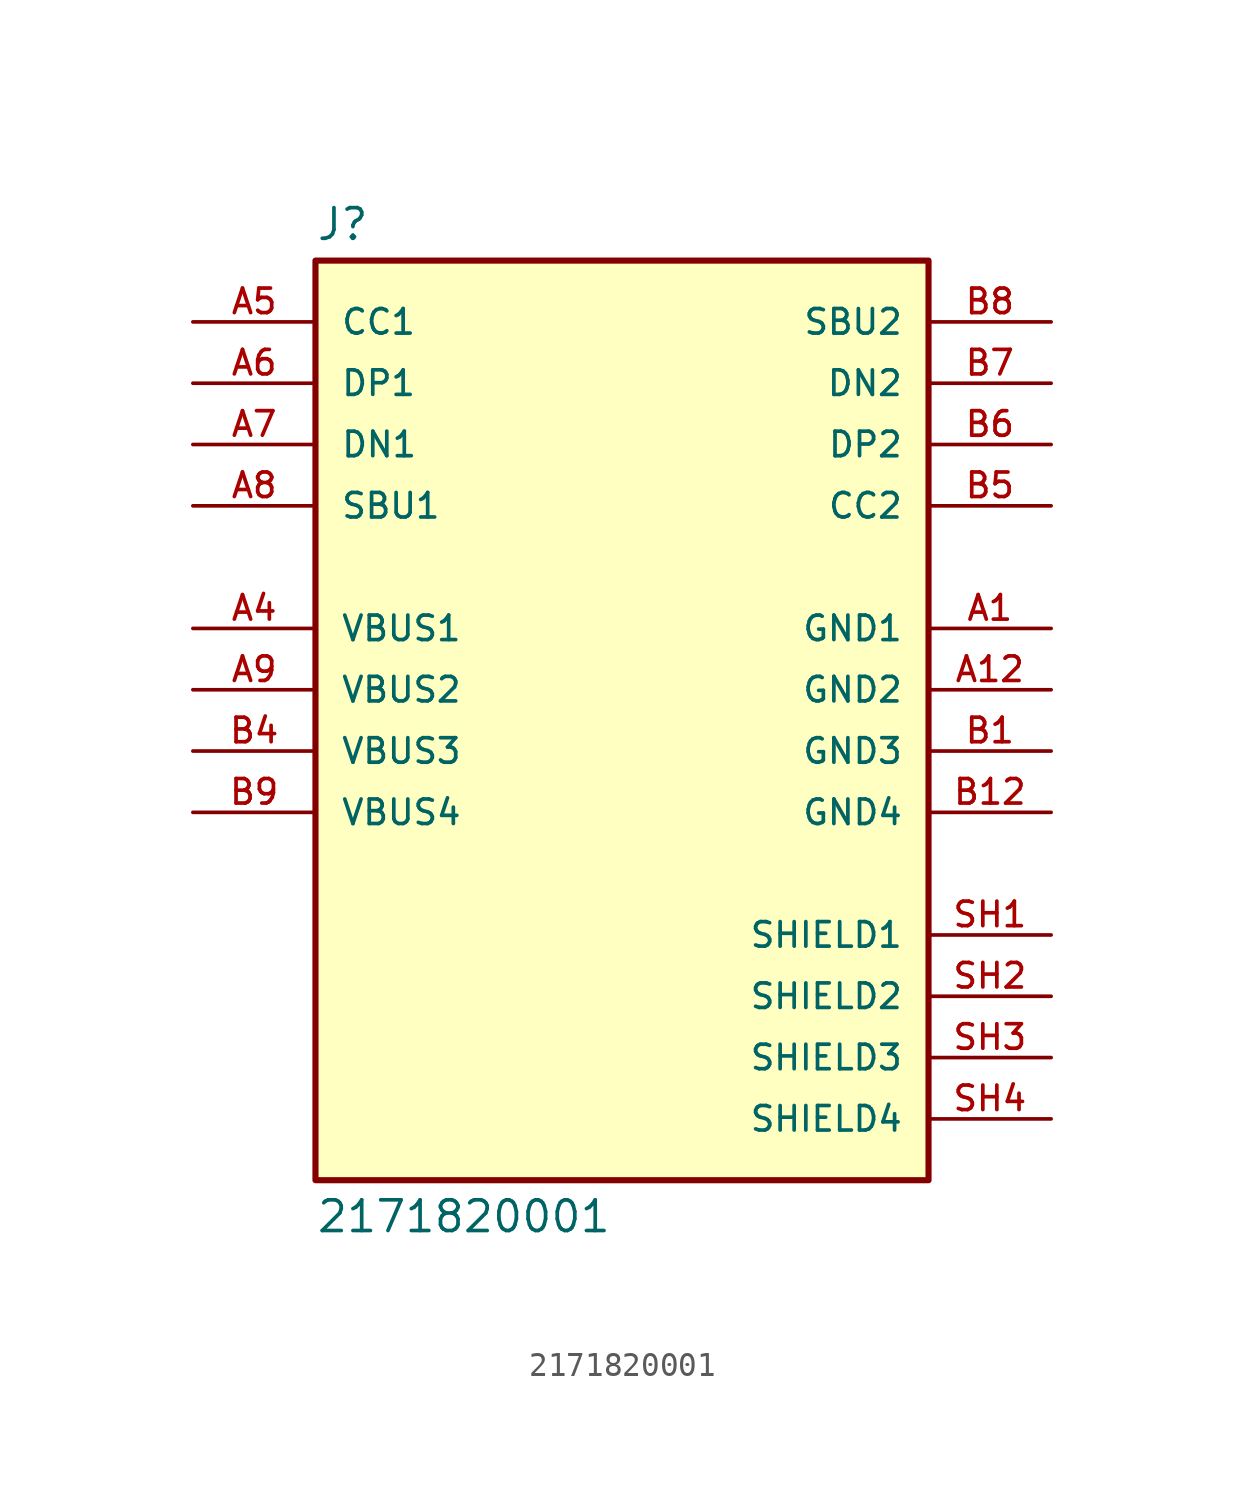
<source format=kicad_sym>
(kicad_symbol_lib
  (version 20241209)
  (generator "kicad_symbol_editor")
  (generator_version "9.0")
  (symbol "2171820001"
    (pin_names
      (offset 1.016))
    (property "Reference" "J"
      (at -12.7 18.542 0)
      (effects (font (size 1.27 1.27)) (justify left bottom)))
    (property "Value" "2171820001"
      (at -12.7 -21.082 0)
      (effects (font (size 1.27 1.27)) (justify left top)))
    (symbol "2171820001_0_0"
      (rectangle (start -12.7 -20.32) (end 12.7 17.78) (stroke (width 0.254) (type default)) (fill (type background)))
      (pin bidirectional line (at -17.78 15.24 0) (length 5.08) (name "CC1" (effects (font (size 1.016 1.016)))) (number "A5" (effects (font (size 1.016 1.016)))))
      (pin bidirectional line (at -17.78 12.7 0) (length 5.08) (name "DP1" (effects (font (size 1.016 1.016)))) (number "A6" (effects (font (size 1.016 1.016)))))
      (pin bidirectional line (at -17.78 10.16 0) (length 5.08) (name "DN1" (effects (font (size 1.016 1.016)))) (number "A7" (effects (font (size 1.016 1.016)))))
      (pin bidirectional line (at -17.78 7.62 0) (length 5.08) (name "SBU1" (effects (font (size 1.016 1.016)))) (number "A8" (effects (font (size 1.016 1.016)))))
      (pin power_in line (at -17.78 2.54 0) (length 5.08) (name "VBUS1" (effects (font (size 1.016 1.016)))) (number "A4" (effects (font (size 1.016 1.016)))))
      (pin power_in line (at -17.78 0 0) (length 5.08) (name "VBUS2" (effects (font (size 1.016 1.016)))) (number "A9" (effects (font (size 1.016 1.016)))))
      (pin power_in line (at -17.78 -2.54 0) (length 5.08) (name "VBUS3" (effects (font (size 1.016 1.016)))) (number "B4" (effects (font (size 1.016 1.016)))))
      (pin power_in line (at -17.78 -5.08 0) (length 5.08) (name "VBUS4" (effects (font (size 1.016 1.016)))) (number "B9" (effects (font (size 1.016 1.016)))))
      (pin bidirectional line (at 17.78 15.24 180) (length 5.08) (name "SBU2" (effects (font (size 1.016 1.016)))) (number "B8" (effects (font (size 1.016 1.016)))))
      (pin bidirectional line (at 17.78 12.7 180) (length 5.08) (name "DN2" (effects (font (size 1.016 1.016)))) (number "B7" (effects (font (size 1.016 1.016)))))
      (pin bidirectional line (at 17.78 10.16 180) (length 5.08) (name "DP2" (effects (font (size 1.016 1.016)))) (number "B6" (effects (font (size 1.016 1.016)))))
      (pin bidirectional line (at 17.78 7.62 180) (length 5.08) (name "CC2" (effects (font (size 1.016 1.016)))) (number "B5" (effects (font (size 1.016 1.016)))))
      (pin power_in line (at 17.78 2.54 180) (length 5.08) (name "GND1" (effects (font (size 1.016 1.016)))) (number "A1" (effects (font (size 1.016 1.016)))))
      (pin power_in line (at 17.78 0 180) (length 5.08) (name "GND2" (effects (font (size 1.016 1.016)))) (number "A12" (effects (font (size 1.016 1.016)))))
      (pin power_in line (at 17.78 -2.54 180) (length 5.08) (name "GND3" (effects (font (size 1.016 1.016)))) (number "B1" (effects (font (size 1.016 1.016)))))
      (pin power_in line (at 17.78 -5.08 180) (length 5.08) (name "GND4" (effects (font (size 1.016 1.016)))) (number "B12" (effects (font (size 1.016 1.016)))))
      (pin passive line (at 17.78 -10.16 180) (length 5.08) (name "SHIELD1" (effects (font (size 1.016 1.016)))) (number "SH1" (effects (font (size 1.016 1.016)))))
      (pin passive line (at 17.78 -12.7 180) (length 5.08) (name "SHIELD2" (effects (font (size 1.016 1.016)))) (number "SH2" (effects (font (size 1.016 1.016)))))
      (pin passive line (at 17.78 -15.24 180) (length 5.08) (name "SHIELD3" (effects (font (size 1.016 1.016)))) (number "SH3" (effects (font (size 1.016 1.016)))))
      (pin passive line (at 17.78 -17.78 180) (length 5.08) (name "SHIELD4" (effects (font (size 1.016 1.016)))) (number "SH4" (effects (font (size 1.016 1.016))))))))
</source>
